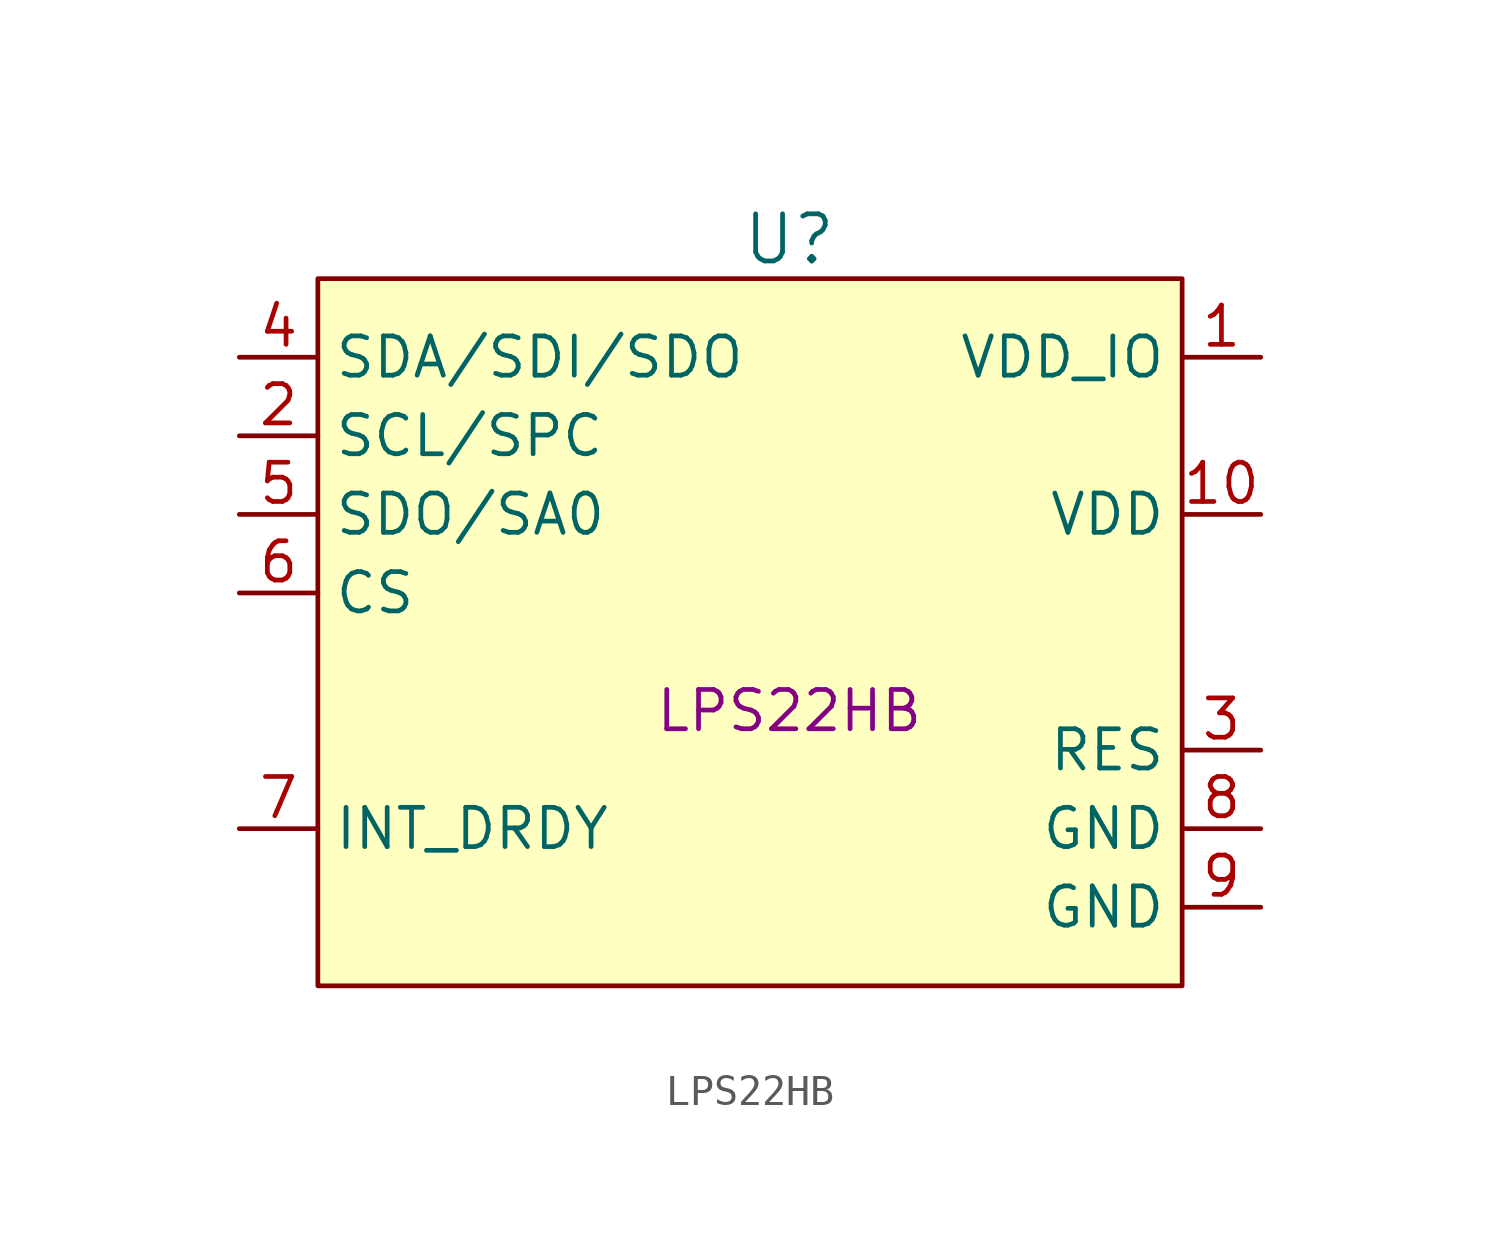
<source format=kicad_sym>
(kicad_symbol_lib
  (version 20231120)
  (generator "kicad_symbol_editor")
  (generator_version "8.0")
  (symbol "LPS22HB"
    (property "Reference" "U"
      (at 0 15.24 0)
      (effects (font (size 1.524 1.524))))
    (property "MPN" "LPS22HB"
      (at 0 0 0)
      (effects (font (size 1.27 1.27))))
    (symbol "LPS22HB_0_1"
      (rectangle (start -15.24 13.97) (end 12.7 -8.89) (stroke (width 0) (type default)) (fill (type background))))
    (symbol "LPS22HB_1_1"
      (pin power_in line (at 15.24 11.43 180) (length 2.54) (name "VDD_IO" (effects (font (size 1.27 1.27)))) (number "1" (effects (font (size 1.27 1.27)))))
      (pin power_in line (at 15.24 6.35 180) (length 2.54) (name "VDD" (effects (font (size 1.27 1.27)))) (number "10" (effects (font (size 1.27 1.27)))))
      (pin input line (at -17.78 8.89 0) (length 2.54) (name "SCL/SPC" (effects (font (size 1.27 1.27)))) (number "2" (effects (font (size 1.27 1.27)))))
      (pin passive line (at 15.24 -1.27 180) (length 2.54) (name "RES" (effects (font (size 1.27 1.27)))) (number "3" (effects (font (size 1.27 1.27)))))
      (pin bidirectional line (at -17.78 11.43 0) (length 2.54) (name "SDA/SDI/SDO" (effects (font (size 1.27 1.27)))) (number "4" (effects (font (size 1.27 1.27)))))
      (pin bidirectional line (at -17.78 6.35 0) (length 2.54) (name "SDO/SA0" (effects (font (size 1.27 1.27)))) (number "5" (effects (font (size 1.27 1.27)))))
      (pin input line (at -17.78 3.81 0) (length 2.54) (name "CS" (effects (font (size 1.27 1.27)))) (number "6" (effects (font (size 1.27 1.27)))))
      (pin output line (at -17.78 -3.81 0) (length 2.54) (name "INT_DRDY" (effects (font (size 1.27 1.27)))) (number "7" (effects (font (size 1.27 1.27)))))
      (pin power_in line (at 15.24 -3.81 180) (length 2.54) (name "GND" (effects (font (size 1.27 1.27)))) (number "8" (effects (font (size 1.27 1.27)))))
      (pin power_in line (at 15.24 -6.35 180) (length 2.54) (name "GND" (effects (font (size 1.27 1.27)))) (number "9" (effects (font (size 1.27 1.27))))))))
</source>
